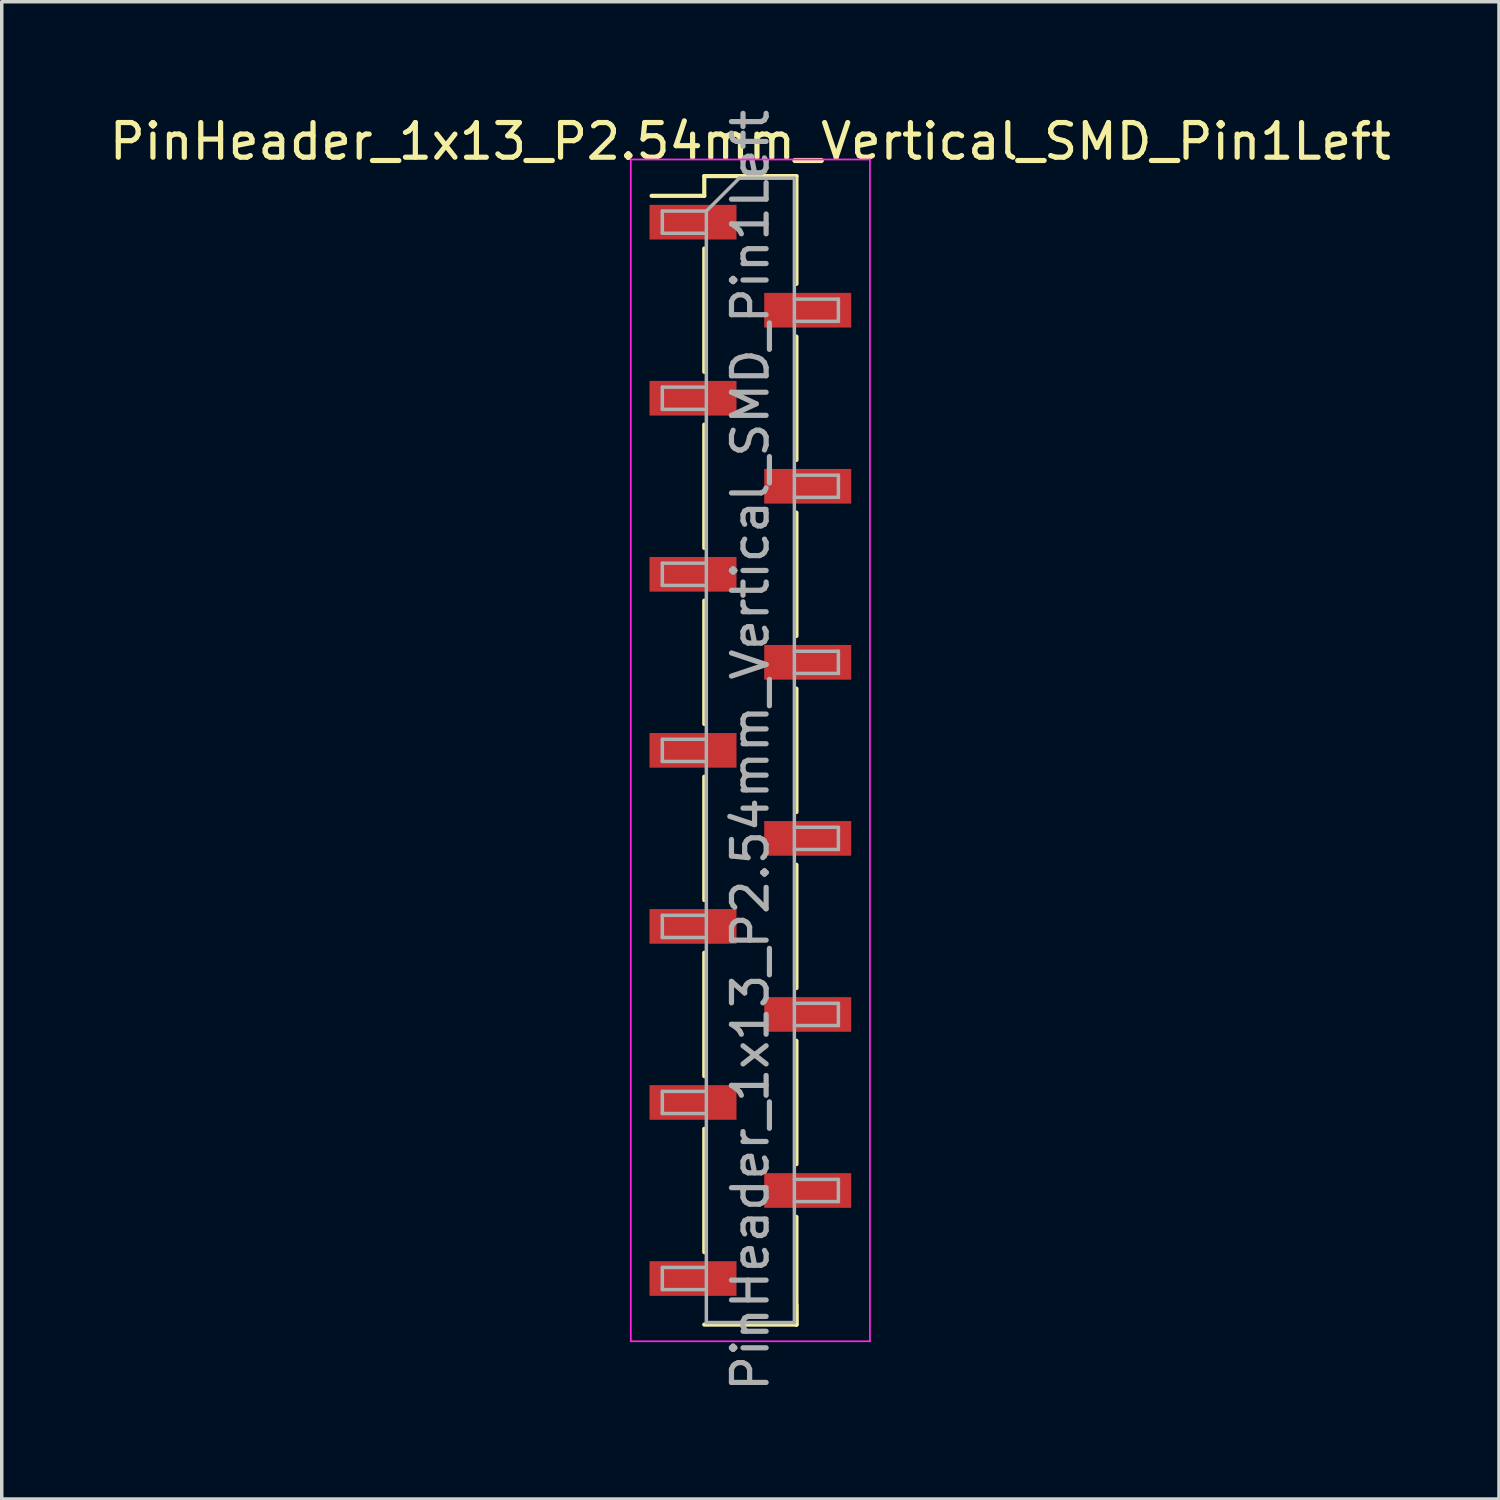
<source format=kicad_pcb>
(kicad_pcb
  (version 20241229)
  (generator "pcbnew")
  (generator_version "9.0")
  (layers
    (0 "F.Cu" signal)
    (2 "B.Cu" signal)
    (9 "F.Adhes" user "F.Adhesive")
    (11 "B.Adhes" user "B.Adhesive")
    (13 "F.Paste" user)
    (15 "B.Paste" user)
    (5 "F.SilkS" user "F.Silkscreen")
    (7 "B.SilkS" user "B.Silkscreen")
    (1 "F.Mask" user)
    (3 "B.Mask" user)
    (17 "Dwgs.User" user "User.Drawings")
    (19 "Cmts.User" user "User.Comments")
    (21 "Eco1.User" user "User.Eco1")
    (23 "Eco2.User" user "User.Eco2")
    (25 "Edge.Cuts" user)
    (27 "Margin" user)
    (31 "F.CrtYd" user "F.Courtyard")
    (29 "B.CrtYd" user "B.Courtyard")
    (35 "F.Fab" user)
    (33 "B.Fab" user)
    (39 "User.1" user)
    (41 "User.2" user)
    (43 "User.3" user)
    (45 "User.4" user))
  (footprint "PinHeader_1x13_P2.54mm_Vertical_SMD_Pin1Left"
    (layer "F.Cu")
    (at 18.601 18.601)
    (property "Reference" "PinHeader_1x13_P2.54mm_Vertical_SMD_Pin1Left" (at 0 -17.57 0) (layer "F.SilkS") (effects (font (size 1 1) (thickness 0.15))))
    (attr smd)
    (fp_line (start -1.33 -16.57) (end -1.33 -16) (stroke (width 0.12) (type solid)) (layer "F.SilkS"))
    (fp_line (start -1.33 -16.57) (end 1.33 -16.57) (stroke (width 0.12) (type solid)) (layer "F.SilkS"))
    (fp_line (start -1.33 -16) (end -2.85 -16) (stroke (width 0.12) (type solid)) (layer "F.SilkS"))
    (fp_line (start -1.33 -14.48) (end -1.33 -10.92) (stroke (width 0.12) (type solid)) (layer "F.SilkS"))
    (fp_line (start -1.33 -9.4) (end -1.33 -5.84) (stroke (width 0.12) (type solid)) (layer "F.SilkS"))
    (fp_line (start -1.33 -4.32) (end -1.33 -0.76) (stroke (width 0.12) (type solid)) (layer "F.SilkS"))
    (fp_line (start -1.33 0.76) (end -1.33 4.32) (stroke (width 0.12) (type solid)) (layer "F.SilkS"))
    (fp_line (start -1.33 5.84) (end -1.33 9.4) (stroke (width 0.12) (type solid)) (layer "F.SilkS"))
    (fp_line (start -1.33 10.92) (end -1.33 14.48) (stroke (width 0.12) (type solid)) (layer "F.SilkS"))
    (fp_line (start -1.33 16.57) (end 1.33 16.57) (stroke (width 0.12) (type solid)) (layer "F.SilkS"))
    (fp_line (start 1.33 -16.57) (end 1.33 -13.46) (stroke (width 0.12) (type solid)) (layer "F.SilkS"))
    (fp_line (start 1.33 -11.94) (end 1.33 -8.38) (stroke (width 0.12) (type solid)) (layer "F.SilkS"))
    (fp_line (start 1.33 -6.86) (end 1.33 -3.3) (stroke (width 0.12) (type solid)) (layer "F.SilkS"))
    (fp_line (start 1.33 -1.78) (end 1.33 1.78) (stroke (width 0.12) (type solid)) (layer "F.SilkS"))
    (fp_line (start 1.33 3.3) (end 1.33 6.86) (stroke (width 0.12) (type solid)) (layer "F.SilkS"))
    (fp_line (start 1.33 8.38) (end 1.33 11.94) (stroke (width 0.12) (type solid)) (layer "F.SilkS"))
    (fp_line (start 1.33 13.46) (end 1.33 16.57) (stroke (width 0.12) (type solid)) (layer "F.SilkS"))
    (fp_line (start 1.33 16) (end 1.33 16.57) (stroke (width 0.12) (type solid)) (layer "F.SilkS"))
    (fp_line (start -3.45 -17.05) (end -3.45 17.05) (stroke (width 0.05) (type solid)) (layer "F.CrtYd"))
    (fp_line (start -3.45 17.05) (end 3.45 17.05) (stroke (width 0.05) (type solid)) (layer "F.CrtYd"))
    (fp_line (start 3.45 -17.05) (end -3.45 -17.05) (stroke (width 0.05) (type solid)) (layer "F.CrtYd"))
    (fp_line (start 3.45 17.05) (end 3.45 -17.05) (stroke (width 0.05) (type solid)) (layer "F.CrtYd"))
    (fp_line (start -2.54 -15.56) (end -2.54 -14.92) (stroke (width 0.1) (type solid)) (layer "F.Fab"))
    (fp_line (start -2.54 -14.92) (end -1.27 -14.92) (stroke (width 0.1) (type solid)) (layer "F.Fab"))
    (fp_line (start -2.54 -10.48) (end -2.54 -9.84) (stroke (width 0.1) (type solid)) (layer "F.Fab"))
    (fp_line (start -2.54 -9.84) (end -1.27 -9.84) (stroke (width 0.1) (type solid)) (layer "F.Fab"))
    (fp_line (start -2.54 -5.4) (end -2.54 -4.76) (stroke (width 0.1) (type solid)) (layer "F.Fab"))
    (fp_line (start -2.54 -4.76) (end -1.27 -4.76) (stroke (width 0.1) (type solid)) (layer "F.Fab"))
    (fp_line (start -2.54 -0.32) (end -2.54 0.32) (stroke (width 0.1) (type solid)) (layer "F.Fab"))
    (fp_line (start -2.54 0.32) (end -1.27 0.32) (stroke (width 0.1) (type solid)) (layer "F.Fab"))
    (fp_line (start -2.54 4.76) (end -2.54 5.4) (stroke (width 0.1) (type solid)) (layer "F.Fab"))
    (fp_line (start -2.54 5.4) (end -1.27 5.4) (stroke (width 0.1) (type solid)) (layer "F.Fab"))
    (fp_line (start -2.54 9.84) (end -2.54 10.48) (stroke (width 0.1) (type solid)) (layer "F.Fab"))
    (fp_line (start -2.54 10.48) (end -1.27 10.48) (stroke (width 0.1) (type solid)) (layer "F.Fab"))
    (fp_line (start -2.54 14.92) (end -2.54 15.56) (stroke (width 0.1) (type solid)) (layer "F.Fab"))
    (fp_line (start -2.54 15.56) (end -1.27 15.56) (stroke (width 0.1) (type solid)) (layer "F.Fab"))
    (fp_line (start -1.27 -15.56) (end -2.54 -15.56) (stroke (width 0.1) (type solid)) (layer "F.Fab"))
    (fp_line (start -1.27 -15.56) (end -0.32 -16.51) (stroke (width 0.1) (type solid)) (layer "F.Fab"))
    (fp_line (start -1.27 -10.48) (end -2.54 -10.48) (stroke (width 0.1) (type solid)) (layer "F.Fab"))
    (fp_line (start -1.27 -5.4) (end -2.54 -5.4) (stroke (width 0.1) (type solid)) (layer "F.Fab"))
    (fp_line (start -1.27 -0.32) (end -2.54 -0.32) (stroke (width 0.1) (type solid)) (layer "F.Fab"))
    (fp_line (start -1.27 4.76) (end -2.54 4.76) (stroke (width 0.1) (type solid)) (layer "F.Fab"))
    (fp_line (start -1.27 9.84) (end -2.54 9.84) (stroke (width 0.1) (type solid)) (layer "F.Fab"))
    (fp_line (start -1.27 14.92) (end -2.54 14.92) (stroke (width 0.1) (type solid)) (layer "F.Fab"))
    (fp_line (start -1.27 16.51) (end -1.27 -15.56) (stroke (width 0.1) (type solid)) (layer "F.Fab"))
    (fp_line (start -0.32 -16.51) (end 1.27 -16.51) (stroke (width 0.1) (type solid)) (layer "F.Fab"))
    (fp_line (start 1.27 -16.51) (end 1.27 16.51) (stroke (width 0.1) (type solid)) (layer "F.Fab"))
    (fp_line (start 1.27 -13.02) (end 2.54 -13.02) (stroke (width 0.1) (type solid)) (layer "F.Fab"))
    (fp_line (start 1.27 -7.94) (end 2.54 -7.94) (stroke (width 0.1) (type solid)) (layer "F.Fab"))
    (fp_line (start 1.27 -2.86) (end 2.54 -2.86) (stroke (width 0.1) (type solid)) (layer "F.Fab"))
    (fp_line (start 1.27 2.22) (end 2.54 2.22) (stroke (width 0.1) (type solid)) (layer "F.Fab"))
    (fp_line (start 1.27 7.3) (end 2.54 7.3) (stroke (width 0.1) (type solid)) (layer "F.Fab"))
    (fp_line (start 1.27 12.38) (end 2.54 12.38) (stroke (width 0.1) (type solid)) (layer "F.Fab"))
    (fp_line (start 1.27 16.51) (end -1.27 16.51) (stroke (width 0.1) (type solid)) (layer "F.Fab"))
    (fp_line (start 2.54 -13.02) (end 2.54 -12.38) (stroke (width 0.1) (type solid)) (layer "F.Fab"))
    (fp_line (start 2.54 -12.38) (end 1.27 -12.38) (stroke (width 0.1) (type solid)) (layer "F.Fab"))
    (fp_line (start 2.54 -7.94) (end 2.54 -7.3) (stroke (width 0.1) (type solid)) (layer "F.Fab"))
    (fp_line (start 2.54 -7.3) (end 1.27 -7.3) (stroke (width 0.1) (type solid)) (layer "F.Fab"))
    (fp_line (start 2.54 -2.86) (end 2.54 -2.22) (stroke (width 0.1) (type solid)) (layer "F.Fab"))
    (fp_line (start 2.54 -2.22) (end 1.27 -2.22) (stroke (width 0.1) (type solid)) (layer "F.Fab"))
    (fp_line (start 2.54 2.22) (end 2.54 2.86) (stroke (width 0.1) (type solid)) (layer "F.Fab"))
    (fp_line (start 2.54 2.86) (end 1.27 2.86) (stroke (width 0.1) (type solid)) (layer "F.Fab"))
    (fp_line (start 2.54 7.3) (end 2.54 7.94) (stroke (width 0.1) (type solid)) (layer "F.Fab"))
    (fp_line (start 2.54 7.94) (end 1.27 7.94) (stroke (width 0.1) (type solid)) (layer "F.Fab"))
    (fp_line (start 2.54 12.38) (end 2.54 13.02) (stroke (width 0.1) (type solid)) (layer "F.Fab"))
    (fp_line (start 2.54 13.02) (end 1.27 13.02) (stroke (width 0.1) (type solid)) (layer "F.Fab"))
    (fp_text user "${REFERENCE}" (at 0 0 90) (layer "F.Fab") (effects (font (size 1 1) (thickness 0.15))))
    (pad "1" smd rect (at -1.655 -15.24) (size 2.51 1) (layers "F.Cu" "F.Mask" "F.Paste"))
    (pad "2" smd rect (at 1.655 -12.7) (size 2.51 1) (layers "F.Cu" "F.Mask" "F.Paste"))
    (pad "3" smd rect (at -1.655 -10.16) (size 2.51 1) (layers "F.Cu" "F.Mask" "F.Paste"))
    (pad "4" smd rect (at 1.655 -7.62) (size 2.51 1) (layers "F.Cu" "F.Mask" "F.Paste"))
    (pad "5" smd rect (at -1.655 -5.08) (size 2.51 1) (layers "F.Cu" "F.Mask" "F.Paste"))
    (pad "6" smd rect (at 1.655 -2.54) (size 2.51 1) (layers "F.Cu" "F.Mask" "F.Paste"))
    (pad "7" smd rect (at -1.655 0) (size 2.51 1) (layers "F.Cu" "F.Mask" "F.Paste"))
    (pad "8" smd rect (at 1.655 2.54) (size 2.51 1) (layers "F.Cu" "F.Mask" "F.Paste"))
    (pad "9" smd rect (at -1.655 5.08) (size 2.51 1) (layers "F.Cu" "F.Mask" "F.Paste"))
    (pad "10" smd rect (at 1.655 7.62) (size 2.51 1) (layers "F.Cu" "F.Mask" "F.Paste"))
    (pad "11" smd rect (at -1.655 10.16) (size 2.51 1) (layers "F.Cu" "F.Mask" "F.Paste"))
    (pad "12" smd rect (at 1.655 12.7) (size 2.51 1) (layers "F.Cu" "F.Mask" "F.Paste"))
    (pad "13" smd rect (at -1.655 15.24) (size 2.51 1) (layers "F.Cu" "F.Mask" "F.Paste")))
  (gr_rect
    (start -3 -3)
    (end 40.202 40.202)
    (stroke (width 0.1) (type default))
    (fill no)
    (layer "Edge.Cuts")))
</source>
